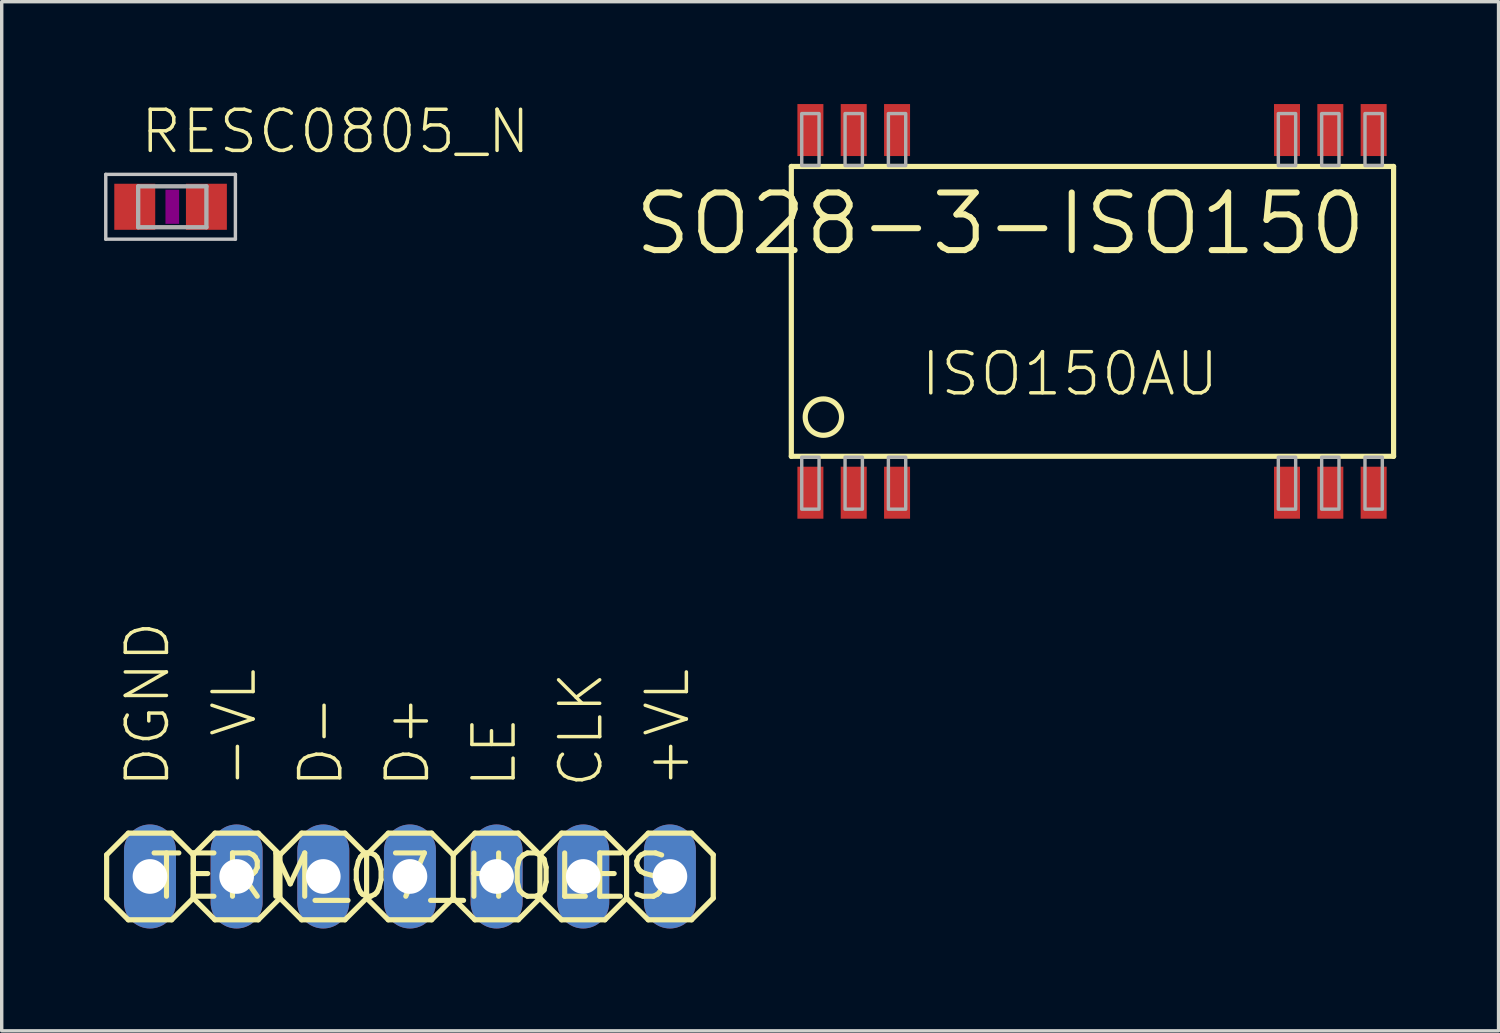
<source format=kicad_pcb>
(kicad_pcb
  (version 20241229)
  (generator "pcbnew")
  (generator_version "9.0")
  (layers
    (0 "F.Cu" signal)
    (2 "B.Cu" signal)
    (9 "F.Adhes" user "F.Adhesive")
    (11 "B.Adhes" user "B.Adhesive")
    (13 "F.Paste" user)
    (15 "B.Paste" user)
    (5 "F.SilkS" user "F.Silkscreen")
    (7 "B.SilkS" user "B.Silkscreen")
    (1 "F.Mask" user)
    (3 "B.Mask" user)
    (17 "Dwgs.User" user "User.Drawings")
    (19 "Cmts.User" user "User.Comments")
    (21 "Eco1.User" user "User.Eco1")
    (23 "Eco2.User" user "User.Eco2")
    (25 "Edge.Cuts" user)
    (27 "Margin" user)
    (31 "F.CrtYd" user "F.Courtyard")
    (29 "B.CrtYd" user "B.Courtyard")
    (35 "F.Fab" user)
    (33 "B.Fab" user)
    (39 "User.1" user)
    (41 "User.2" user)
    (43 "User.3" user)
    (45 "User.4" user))
  (footprint "RESC0805_N"
    (layer "F.Cu")
    (at 2 3.011)
    (property "Reference" "RESC0805_N" (at -1 -1.5 0) (layer "F.SilkS") (effects (font (size 1.206 1.206) (thickness 0.102)) (justify left bottom)))
    (attr through_hole)
    (fp_poly (pts (xy -0.2 0.5) (xy 0.2 0.5) (xy 0.2 -0.5) (xy -0.2 -0.5)) (stroke (width 0) (type solid)) (fill yes) (layer "F.Adhes"))
    (fp_line (start -1.95 -0.95) (end -1.95 0.95) (stroke (width 0.1) (type solid)) (layer "Dwgs.User"))
    (fp_line (start -1.95 0.95) (end 1.85 0.95) (stroke (width 0.1) (type solid)) (layer "Dwgs.User"))
    (fp_line (start 1.85 -0.95) (end -1.95 -0.95) (stroke (width 0.1) (type solid)) (layer "Dwgs.User"))
    (fp_line (start 1.85 0.95) (end 1.85 -0.95) (stroke (width 0.1) (type solid)) (layer "Dwgs.User"))
    (fp_line (start -1 -0.6) (end 1 -0.6) (stroke (width 0.127) (type solid)) (layer "F.Fab"))
    (fp_line (start -1 0.6) (end -1 -0.6) (stroke (width 0.127) (type solid)) (layer "F.Fab"))
    (fp_line (start 1 -0.6) (end 1 0.6) (stroke (width 0.127) (type solid)) (layer "F.Fab"))
    (fp_line (start 1 0.6) (end -1 0.6) (stroke (width 0.127) (type solid)) (layer "F.Fab"))
    (pad "1" smd rect (at -1.1 0) (size 1.2 1.35) (layers "F.Cu" "F.Mask" "F.Paste"))
    (pad "2" smd rect (at 1 0) (size 1.2 1.35) (layers "F.Cu" "F.Mask" "F.Paste")))
  (footprint "TERM_07_HOLES"
    (layer "F.Cu")
    (at 8.966 22.641)
    (property "Reference" "TERM_07_HOLES" (at 0 0 0) (layer "F.SilkS") (effects (font (size 1.27 1.27) (thickness 0.15))))
    (attr through_hole)
    (fp_line (start -8.89 -0.635) (end -8.89 0.635) (stroke (width 0.152) (type solid)) (layer "F.SilkS"))
    (fp_line (start -8.89 0.635) (end -8.255 1.27) (stroke (width 0.152) (type solid)) (layer "F.SilkS"))
    (fp_line (start -8.255 -1.27) (end -8.89 -0.635) (stroke (width 0.152) (type solid)) (layer "F.SilkS"))
    (fp_line (start -8.255 -1.27) (end -6.985 -1.27) (stroke (width 0.152) (type solid)) (layer "F.SilkS"))
    (fp_line (start -6.985 -1.27) (end -6.35 -0.635) (stroke (width 0.152) (type solid)) (layer "F.SilkS"))
    (fp_line (start -6.985 1.27) (end -8.255 1.27) (stroke (width 0.152) (type solid)) (layer "F.SilkS"))
    (fp_line (start -6.35 -0.635) (end -6.35 0.635) (stroke (width 0.152) (type solid)) (layer "F.SilkS"))
    (fp_line (start -6.35 -0.635) (end -5.715 -1.27) (stroke (width 0.152) (type solid)) (layer "F.SilkS"))
    (fp_line (start -6.35 0.635) (end -6.985 1.27) (stroke (width 0.152) (type solid)) (layer "F.SilkS"))
    (fp_line (start -5.715 -1.27) (end -4.445 -1.27) (stroke (width 0.152) (type solid)) (layer "F.SilkS"))
    (fp_line (start -5.715 1.27) (end -6.35 0.635) (stroke (width 0.152) (type solid)) (layer "F.SilkS"))
    (fp_line (start -4.445 -1.27) (end -3.81 -0.635) (stroke (width 0.152) (type solid)) (layer "F.SilkS"))
    (fp_line (start -4.445 1.27) (end -5.715 1.27) (stroke (width 0.152) (type solid)) (layer "F.SilkS"))
    (fp_line (start -3.81 -0.635) (end -3.81 0.635) (stroke (width 0.152) (type solid)) (layer "F.SilkS"))
    (fp_line (start -3.81 -0.635) (end -3.175 -1.27) (stroke (width 0.152) (type solid)) (layer "F.SilkS"))
    (fp_line (start -3.81 0.635) (end -4.445 1.27) (stroke (width 0.152) (type solid)) (layer "F.SilkS"))
    (fp_line (start -3.175 -1.27) (end -1.905 -1.27) (stroke (width 0.152) (type solid)) (layer "F.SilkS"))
    (fp_line (start -3.175 1.27) (end -3.81 0.635) (stroke (width 0.152) (type solid)) (layer "F.SilkS"))
    (fp_line (start -1.905 -1.27) (end -1.27 -0.635) (stroke (width 0.152) (type solid)) (layer "F.SilkS"))
    (fp_line (start -1.905 1.27) (end -3.175 1.27) (stroke (width 0.152) (type solid)) (layer "F.SilkS"))
    (fp_line (start -1.27 -0.635) (end -1.27 0.635) (stroke (width 0.152) (type solid)) (layer "F.SilkS"))
    (fp_line (start -1.27 0.635) (end -1.905 1.27) (stroke (width 0.152) (type solid)) (layer "F.SilkS"))
    (fp_line (start -1.27 0.635) (end -0.635 1.27) (stroke (width 0.152) (type solid)) (layer "F.SilkS"))
    (fp_line (start -0.635 -1.27) (end -1.27 -0.635) (stroke (width 0.152) (type solid)) (layer "F.SilkS"))
    (fp_line (start -0.635 -1.27) (end 0.635 -1.27) (stroke (width 0.152) (type solid)) (layer "F.SilkS"))
    (fp_line (start 0.635 -1.27) (end 1.27 -0.635) (stroke (width 0.152) (type solid)) (layer "F.SilkS"))
    (fp_line (start 0.635 1.27) (end -0.635 1.27) (stroke (width 0.152) (type solid)) (layer "F.SilkS"))
    (fp_line (start 1.27 -0.635) (end 1.27 0.635) (stroke (width 0.152) (type solid)) (layer "F.SilkS"))
    (fp_line (start 1.27 -0.635) (end 1.905 -1.27) (stroke (width 0.152) (type solid)) (layer "F.SilkS"))
    (fp_line (start 1.27 0.635) (end 0.635 1.27) (stroke (width 0.152) (type solid)) (layer "F.SilkS"))
    (fp_line (start 1.905 -1.27) (end 3.175 -1.27) (stroke (width 0.152) (type solid)) (layer "F.SilkS"))
    (fp_line (start 1.905 1.27) (end 1.27 0.635) (stroke (width 0.152) (type solid)) (layer "F.SilkS"))
    (fp_line (start 3.175 -1.27) (end 3.81 -0.635) (stroke (width 0.152) (type solid)) (layer "F.SilkS"))
    (fp_line (start 3.175 1.27) (end 1.905 1.27) (stroke (width 0.152) (type solid)) (layer "F.SilkS"))
    (fp_line (start 3.81 -0.635) (end 3.81 0.635) (stroke (width 0.152) (type solid)) (layer "F.SilkS"))
    (fp_line (start 3.81 -0.635) (end 4.445 -1.27) (stroke (width 0.152) (type solid)) (layer "F.SilkS"))
    (fp_line (start 3.81 0.635) (end 3.175 1.27) (stroke (width 0.152) (type solid)) (layer "F.SilkS"))
    (fp_line (start 4.445 -1.27) (end 5.715 -1.27) (stroke (width 0.152) (type solid)) (layer "F.SilkS"))
    (fp_line (start 4.445 1.27) (end 3.81 0.635) (stroke (width 0.152) (type solid)) (layer "F.SilkS"))
    (fp_line (start 5.715 -1.27) (end 6.35 -0.635) (stroke (width 0.152) (type solid)) (layer "F.SilkS"))
    (fp_line (start 5.715 1.27) (end 4.445 1.27) (stroke (width 0.152) (type solid)) (layer "F.SilkS"))
    (fp_line (start 6.35 -0.635) (end 6.35 0.635) (stroke (width 0.152) (type solid)) (layer "F.SilkS"))
    (fp_line (start 6.35 0.635) (end 5.715 1.27) (stroke (width 0.152) (type solid)) (layer "F.SilkS"))
    (fp_line (start 6.35 0.635) (end 6.985 1.27) (stroke (width 0.152) (type solid)) (layer "F.SilkS"))
    (fp_line (start 6.985 -1.27) (end 6.35 -0.635) (stroke (width 0.152) (type solid)) (layer "F.SilkS"))
    (fp_line (start 6.985 -1.27) (end 8.255 -1.27) (stroke (width 0.152) (type solid)) (layer "F.SilkS"))
    (fp_line (start 8.255 -1.27) (end 8.89 -0.635) (stroke (width 0.152) (type solid)) (layer "F.SilkS"))
    (fp_line (start 8.255 1.27) (end 6.985 1.27) (stroke (width 0.152) (type solid)) (layer "F.SilkS"))
    (fp_line (start 8.89 -0.635) (end 8.89 0.635) (stroke (width 0.152) (type solid)) (layer "F.SilkS"))
    (fp_line (start 8.89 0.635) (end 8.255 1.27) (stroke (width 0.152) (type solid)) (layer "F.SilkS"))
    (fp_poly (pts (xy -7.874 0.254) (xy -7.366 0.254) (xy -7.366 -0.254) (xy -7.874 -0.254)) (stroke (width 0.1) (type solid)) (fill no) (layer "F.Fab"))
    (fp_poly (pts (xy -5.334 0.254) (xy -4.826 0.254) (xy -4.826 -0.254) (xy -5.334 -0.254)) (stroke (width 0.1) (type solid)) (fill no) (layer "F.Fab"))
    (fp_poly (pts (xy -2.794 0.254) (xy -2.286 0.254) (xy -2.286 -0.254) (xy -2.794 -0.254)) (stroke (width 0.1) (type solid)) (fill no) (layer "F.Fab"))
    (fp_poly (pts (xy -0.254 0.254) (xy 0.254 0.254) (xy 0.254 -0.254) (xy -0.254 -0.254)) (stroke (width 0.1) (type solid)) (fill no) (layer "F.Fab"))
    (fp_poly (pts (xy 2.286 0.254) (xy 2.794 0.254) (xy 2.794 -0.254) (xy 2.286 -0.254)) (stroke (width 0.1) (type solid)) (fill no) (layer "F.Fab"))
    (fp_poly (pts (xy 4.826 0.254) (xy 5.334 0.254) (xy 5.334 -0.254) (xy 4.826 -0.254)) (stroke (width 0.1) (type solid)) (fill no) (layer "F.Fab"))
    (fp_poly (pts (xy 7.366 0.254) (xy 7.874 0.254) (xy 7.874 -0.254) (xy 7.366 -0.254)) (stroke (width 0.1) (type solid)) (fill no) (layer "F.Fab"))
    (fp_text user "-VL" (at -4.445 -2.54 90) (layer "F.SilkS") (effects (font (size 1.206 1.206) (thickness 0.102)) (justify left bottom)))
    (fp_text user "D+" (at 0.635 -2.54 90) (layer "F.SilkS") (effects (font (size 1.206 1.206) (thickness 0.102)) (justify left bottom)))
    (fp_text user "D-" (at -1.905 -2.54 90) (layer "F.SilkS") (effects (font (size 1.206 1.206) (thickness 0.102)) (justify left bottom)))
    (fp_text user "DGND" (at -6.985 -2.54 90) (layer "F.SilkS") (effects (font (size 1.206 1.206) (thickness 0.102)) (justify left bottom)))
    (fp_text user "CLK" (at 5.715 -2.54 90) (layer "F.SilkS") (effects (font (size 1.206 1.206) (thickness 0.102)) (justify left bottom)))
    (fp_text user "LE" (at 3.175 -2.54 90) (layer "F.SilkS") (effects (font (size 1.206 1.206) (thickness 0.102)) (justify left bottom)))
    (fp_text user "+VL" (at 8.255 -2.54 90) (layer "F.SilkS") (effects (font (size 1.206 1.206) (thickness 0.102)) (justify left bottom)))
    (pad "+VL" thru_hole oval (at 7.62 0 90) (size 3.048 1.524) (drill 1.016) (layers "*.Cu" "*.Mask"))
    (pad "-VL" thru_hole oval (at -5.08 0 90) (size 3.048 1.524) (drill 1.016) (layers "*.Cu" "*.Mask"))
    (pad "CLK" thru_hole oval (at 5.08 0 90) (size 3.048 1.524) (drill 1.016) (layers "*.Cu" "*.Mask"))
    (pad "D+" thru_hole oval (at 0 0 90) (size 3.048 1.524) (drill 1.016) (layers "*.Cu" "*.Mask"))
    (pad "D-" thru_hole oval (at -2.54 0 90) (size 3.048 1.524) (drill 1.016) (layers "*.Cu" "*.Mask"))
    (pad "DGND" thru_hole oval (at -7.62 0 90) (size 3.048 1.524) (drill 1.016) (layers "*.Cu" "*.Mask"))
    (pad "LE" thru_hole oval (at 2.54 0 90) (size 3.048 1.524) (drill 1.016) (layers "*.Cu" "*.Mask")))
  (footprint "SO28-3-ISO150"
    (layer "F.Cu")
    (at 28.959 6.077)
    (property "Reference" "SO28-3-ISO150" (at 8.128 -3.556 0) (layer "F.SilkS") (effects (font (size 1.689 1.689) (thickness 0.178)) (justify right top)))
    (attr through_hole)
    (fp_line (start -8.814 -4.248) (end -8.814 4.248) (stroke (width 0.152) (type solid)) (layer "F.SilkS"))
    (fp_line (start -8.814 4.248) (end 8.839 4.248) (stroke (width 0.152) (type solid)) (layer "F.SilkS"))
    (fp_line (start 8.839 -4.248) (end -8.814 -4.248) (stroke (width 0.152) (type solid)) (layer "F.SilkS"))
    (fp_line (start 8.839 4.248) (end 8.839 -4.248) (stroke (width 0.152) (type solid)) (layer "F.SilkS"))
    (fp_circle (center -7.874 3.099) (end -7.341 3.099) (stroke (width 0.152) (type solid)) (fill no) (layer "F.SilkS"))
    (fp_poly (pts (xy -8.509 -4.274) (xy -8.001 -4.274) (xy -8.001 -5.798) (xy -8.509 -5.798)) (stroke (width 0.1) (type solid)) (fill no) (layer "F.Fab"))
    (fp_poly (pts (xy -8.509 5.798) (xy -8.001 5.798) (xy -8.001 4.274) (xy -8.509 4.274)) (stroke (width 0.1) (type solid)) (fill no) (layer "F.Fab"))
    (fp_poly (pts (xy -7.239 -4.274) (xy -6.731 -4.274) (xy -6.731 -5.798) (xy -7.239 -5.798)) (stroke (width 0.1) (type solid)) (fill no) (layer "F.Fab"))
    (fp_poly (pts (xy -7.239 5.798) (xy -6.731 5.798) (xy -6.731 4.274) (xy -7.239 4.274)) (stroke (width 0.1) (type solid)) (fill no) (layer "F.Fab"))
    (fp_poly (pts (xy -5.969 -4.274) (xy -5.461 -4.274) (xy -5.461 -5.798) (xy -5.969 -5.798)) (stroke (width 0.1) (type solid)) (fill no) (layer "F.Fab"))
    (fp_poly (pts (xy -5.969 5.798) (xy -5.461 5.798) (xy -5.461 4.274) (xy -5.969 4.274)) (stroke (width 0.1) (type solid)) (fill no) (layer "F.Fab"))
    (fp_poly (pts (xy 5.461 -4.274) (xy 5.969 -4.274) (xy 5.969 -5.798) (xy 5.461 -5.798)) (stroke (width 0.1) (type solid)) (fill no) (layer "F.Fab"))
    (fp_poly (pts (xy 5.461 5.798) (xy 5.969 5.798) (xy 5.969 4.274) (xy 5.461 4.274)) (stroke (width 0.1) (type solid)) (fill no) (layer "F.Fab"))
    (fp_poly (pts (xy 6.731 -4.274) (xy 7.239 -4.274) (xy 7.239 -5.798) (xy 6.731 -5.798)) (stroke (width 0.1) (type solid)) (fill no) (layer "F.Fab"))
    (fp_poly (pts (xy 6.731 5.798) (xy 7.239 5.798) (xy 7.239 4.274) (xy 6.731 4.274)) (stroke (width 0.1) (type solid)) (fill no) (layer "F.Fab"))
    (fp_poly (pts (xy 8.001 -4.274) (xy 8.509 -4.274) (xy 8.509 -5.798) (xy 8.001 -5.798)) (stroke (width 0.1) (type solid)) (fill no) (layer "F.Fab"))
    (fp_poly (pts (xy 8.001 5.798) (xy 8.509 5.798) (xy 8.509 4.274) (xy 8.001 4.274)) (stroke (width 0.1) (type solid)) (fill no) (layer "F.Fab"))
    (fp_text user "ISO150AU" (at -5.08 2.54 0) (layer "F.SilkS") (effects (font (size 1.206 1.206) (thickness 0.102)) (justify left bottom)))
    (pad "1" smd rect (at -8.255 5.315) (size 0.762 1.524) (layers "F.Cu" "F.Mask" "F.Paste"))
    (pad "2" smd rect (at -6.985 5.315) (size 0.762 1.524) (layers "F.Cu" "F.Mask" "F.Paste"))
    (pad "3" smd rect (at -5.715 5.315) (size 0.762 1.524) (layers "F.Cu" "F.Mask" "F.Paste"))
    (pad "12" smd rect (at 5.715 5.315) (size 0.762 1.524) (layers "F.Cu" "F.Mask" "F.Paste"))
    (pad "13" smd rect (at 6.985 5.315) (size 0.762 1.524) (layers "F.Cu" "F.Mask" "F.Paste"))
    (pad "14" smd rect (at 8.255 5.315) (size 0.762 1.524) (layers "F.Cu" "F.Mask" "F.Paste"))
    (pad "15" smd rect (at 8.255 -5.315) (size 0.762 1.524) (layers "F.Cu" "F.Mask" "F.Paste"))
    (pad "16" smd rect (at 6.985 -5.315) (size 0.762 1.524) (layers "F.Cu" "F.Mask" "F.Paste"))
    (pad "17" smd rect (at 5.715 -5.315) (size 0.762 1.524) (layers "F.Cu" "F.Mask" "F.Paste"))
    (pad "26" smd rect (at -5.715 -5.315) (size 0.762 1.524) (layers "F.Cu" "F.Mask" "F.Paste"))
    (pad "27" smd rect (at -6.985 -5.315) (size 0.762 1.524) (layers "F.Cu" "F.Mask" "F.Paste"))
    (pad "28" smd rect (at -8.255 -5.315) (size 0.762 1.524) (layers "F.Cu" "F.Mask" "F.Paste")))
  (gr_rect
    (start -3 -3)
    (end 40.875 27.165)
    (stroke (width 0.1) (type default))
    (fill no)
    (layer "Edge.Cuts")))
</source>
